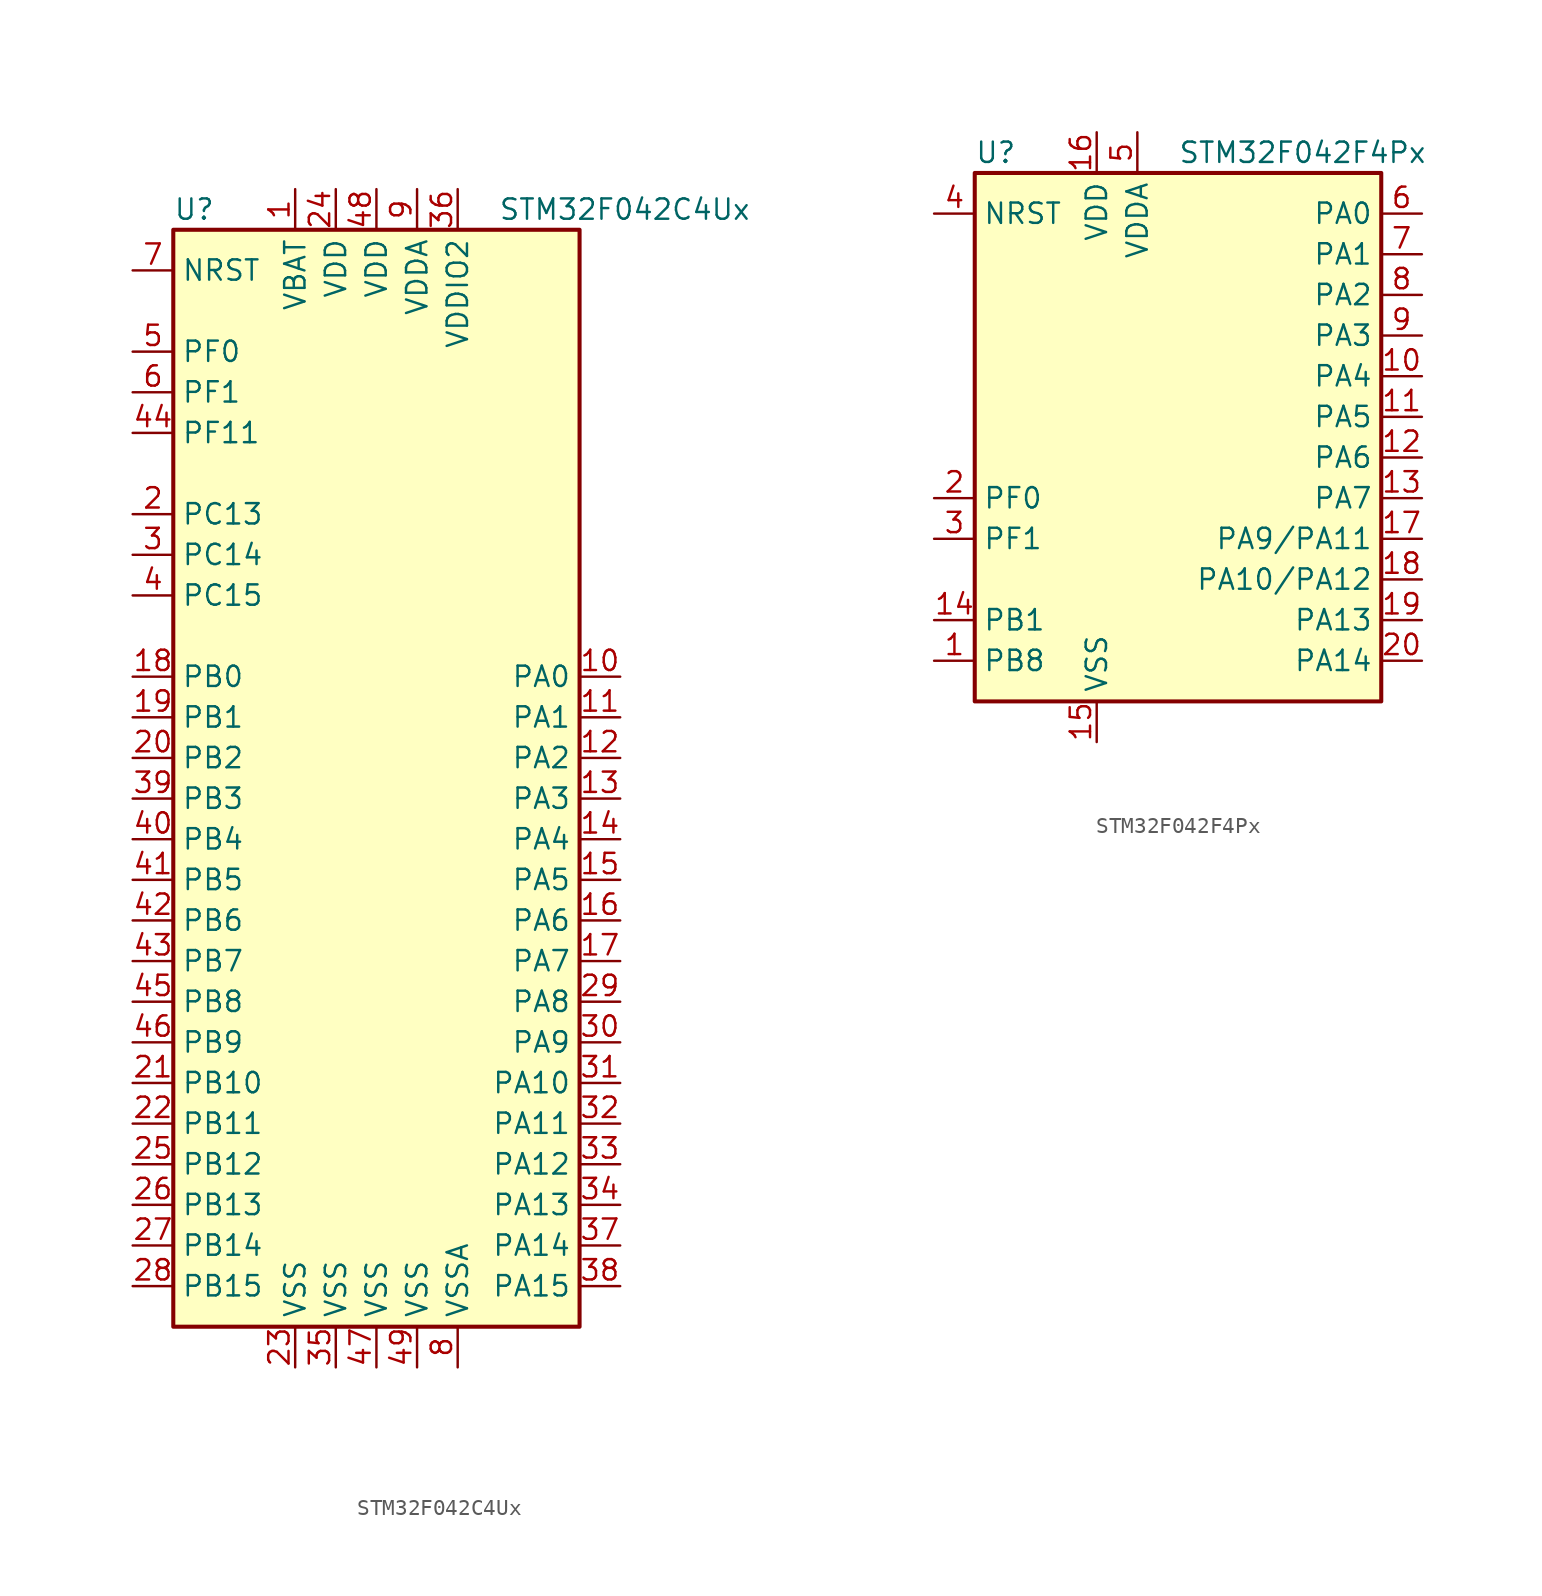
<source format=kicad_sym>
(kicad_symbol_lib
  (version 20201005)
  (generator kicad_symbol_editor)
  (symbol "MCU_ST_STM32F0:STM32F042C4Ux"
    (property "Reference" "U"
      (at -12.7 34.29 0)
      (effects (font (size 1.27 1.27)) (justify left)))
    (property "Value" "STM32F042C4Ux"
      (at 7.62 34.29 0)
      (effects (font (size 1.27 1.27)) (justify left)))
    (symbol "STM32F042C4Ux_0_1"
      (rectangle (start -12.7 -35.56) (end 12.7 33.02) (stroke (width 0.254)) (fill (type background))))
    (symbol "STM32F042C4Ux_1_1"
      (pin power_in line (at -5.08 35.56 270) (length 2.54) (name "VBAT" (effects (font (size 1.27 1.27)))) (number "1" (effects (font (size 1.27 1.27)))))
      (pin bidirectional line (at 15.24 5.08 180) (length 2.54) (name "PA0" (effects (font (size 1.27 1.27)))) (number "10" (effects (font (size 1.27 1.27)))))
      (pin bidirectional line (at 15.24 2.54 180) (length 2.54) (name "PA1" (effects (font (size 1.27 1.27)))) (number "11" (effects (font (size 1.27 1.27)))))
      (pin bidirectional line (at 15.24 0 180) (length 2.54) (name "PA2" (effects (font (size 1.27 1.27)))) (number "12" (effects (font (size 1.27 1.27)))))
      (pin bidirectional line (at 15.24 -2.54 180) (length 2.54) (name "PA3" (effects (font (size 1.27 1.27)))) (number "13" (effects (font (size 1.27 1.27)))))
      (pin bidirectional line (at 15.24 -5.08 180) (length 2.54) (name "PA4" (effects (font (size 1.27 1.27)))) (number "14" (effects (font (size 1.27 1.27)))))
      (pin bidirectional line (at 15.24 -7.62 180) (length 2.54) (name "PA5" (effects (font (size 1.27 1.27)))) (number "15" (effects (font (size 1.27 1.27)))))
      (pin bidirectional line (at 15.24 -10.16 180) (length 2.54) (name "PA6" (effects (font (size 1.27 1.27)))) (number "16" (effects (font (size 1.27 1.27)))))
      (pin bidirectional line (at 15.24 -12.7 180) (length 2.54) (name "PA7" (effects (font (size 1.27 1.27)))) (number "17" (effects (font (size 1.27 1.27)))))
      (pin bidirectional line (at -15.24 5.08 0) (length 2.54) (name "PB0" (effects (font (size 1.27 1.27)))) (number "18" (effects (font (size 1.27 1.27)))))
      (pin bidirectional line (at -15.24 2.54 0) (length 2.54) (name "PB1" (effects (font (size 1.27 1.27)))) (number "19" (effects (font (size 1.27 1.27)))))
      (pin bidirectional line (at -15.24 15.24 0) (length 2.54) (name "PC13" (effects (font (size 1.27 1.27)))) (number "2" (effects (font (size 1.27 1.27)))))
      (pin bidirectional line (at -15.24 0 0) (length 2.54) (name "PB2" (effects (font (size 1.27 1.27)))) (number "20" (effects (font (size 1.27 1.27)))))
      (pin bidirectional line (at -15.24 -20.32 0) (length 2.54) (name "PB10" (effects (font (size 1.27 1.27)))) (number "21" (effects (font (size 1.27 1.27)))))
      (pin bidirectional line (at -15.24 -22.86 0) (length 2.54) (name "PB11" (effects (font (size 1.27 1.27)))) (number "22" (effects (font (size 1.27 1.27)))))
      (pin power_in line (at -5.08 -38.1 90) (length 2.54) (name "VSS" (effects (font (size 1.27 1.27)))) (number "23" (effects (font (size 1.27 1.27)))))
      (pin power_in line (at -2.54 35.56 270) (length 2.54) (name "VDD" (effects (font (size 1.27 1.27)))) (number "24" (effects (font (size 1.27 1.27)))))
      (pin bidirectional line (at -15.24 -25.4 0) (length 2.54) (name "PB12" (effects (font (size 1.27 1.27)))) (number "25" (effects (font (size 1.27 1.27)))))
      (pin bidirectional line (at -15.24 -27.94 0) (length 2.54) (name "PB13" (effects (font (size 1.27 1.27)))) (number "26" (effects (font (size 1.27 1.27)))))
      (pin bidirectional line (at -15.24 -30.48 0) (length 2.54) (name "PB14" (effects (font (size 1.27 1.27)))) (number "27" (effects (font (size 1.27 1.27)))))
      (pin bidirectional line (at -15.24 -33.02 0) (length 2.54) (name "PB15" (effects (font (size 1.27 1.27)))) (number "28" (effects (font (size 1.27 1.27)))))
      (pin bidirectional line (at 15.24 -15.24 180) (length 2.54) (name "PA8" (effects (font (size 1.27 1.27)))) (number "29" (effects (font (size 1.27 1.27)))))
      (pin bidirectional line (at -15.24 12.7 0) (length 2.54) (name "PC14" (effects (font (size 1.27 1.27)))) (number "3" (effects (font (size 1.27 1.27)))))
      (pin bidirectional line (at 15.24 -17.78 180) (length 2.54) (name "PA9" (effects (font (size 1.27 1.27)))) (number "30" (effects (font (size 1.27 1.27)))))
      (pin bidirectional line (at 15.24 -20.32 180) (length 2.54) (name "PA10" (effects (font (size 1.27 1.27)))) (number "31" (effects (font (size 1.27 1.27)))))
      (pin bidirectional line (at 15.24 -22.86 180) (length 2.54) (name "PA11" (effects (font (size 1.27 1.27)))) (number "32" (effects (font (size 1.27 1.27)))))
      (pin bidirectional line (at 15.24 -25.4 180) (length 2.54) (name "PA12" (effects (font (size 1.27 1.27)))) (number "33" (effects (font (size 1.27 1.27)))))
      (pin bidirectional line (at 15.24 -27.94 180) (length 2.54) (name "PA13" (effects (font (size 1.27 1.27)))) (number "34" (effects (font (size 1.27 1.27)))))
      (pin power_in line (at -2.54 -38.1 90) (length 2.54) (name "VSS" (effects (font (size 1.27 1.27)))) (number "35" (effects (font (size 1.27 1.27)))))
      (pin power_in line (at 5.08 35.56 270) (length 2.54) (name "VDDIO2" (effects (font (size 1.27 1.27)))) (number "36" (effects (font (size 1.27 1.27)))))
      (pin bidirectional line (at 15.24 -30.48 180) (length 2.54) (name "PA14" (effects (font (size 1.27 1.27)))) (number "37" (effects (font (size 1.27 1.27)))))
      (pin bidirectional line (at 15.24 -33.02 180) (length 2.54) (name "PA15" (effects (font (size 1.27 1.27)))) (number "38" (effects (font (size 1.27 1.27)))))
      (pin bidirectional line (at -15.24 -2.54 0) (length 2.54) (name "PB3" (effects (font (size 1.27 1.27)))) (number "39" (effects (font (size 1.27 1.27)))))
      (pin bidirectional line (at -15.24 10.16 0) (length 2.54) (name "PC15" (effects (font (size 1.27 1.27)))) (number "4" (effects (font (size 1.27 1.27)))))
      (pin bidirectional line (at -15.24 -5.08 0) (length 2.54) (name "PB4" (effects (font (size 1.27 1.27)))) (number "40" (effects (font (size 1.27 1.27)))))
      (pin bidirectional line (at -15.24 -7.62 0) (length 2.54) (name "PB5" (effects (font (size 1.27 1.27)))) (number "41" (effects (font (size 1.27 1.27)))))
      (pin bidirectional line (at -15.24 -10.16 0) (length 2.54) (name "PB6" (effects (font (size 1.27 1.27)))) (number "42" (effects (font (size 1.27 1.27)))))
      (pin bidirectional line (at -15.24 -12.7 0) (length 2.54) (name "PB7" (effects (font (size 1.27 1.27)))) (number "43" (effects (font (size 1.27 1.27)))))
      (pin bidirectional line (at -15.24 20.32 0) (length 2.54) (name "PF11" (effects (font (size 1.27 1.27)))) (number "44" (effects (font (size 1.27 1.27)))))
      (pin bidirectional line (at -15.24 -15.24 0) (length 2.54) (name "PB8" (effects (font (size 1.27 1.27)))) (number "45" (effects (font (size 1.27 1.27)))))
      (pin bidirectional line (at -15.24 -17.78 0) (length 2.54) (name "PB9" (effects (font (size 1.27 1.27)))) (number "46" (effects (font (size 1.27 1.27)))))
      (pin power_in line (at 0 -38.1 90) (length 2.54) (name "VSS" (effects (font (size 1.27 1.27)))) (number "47" (effects (font (size 1.27 1.27)))))
      (pin power_in line (at 0 35.56 270) (length 2.54) (name "VDD" (effects (font (size 1.27 1.27)))) (number "48" (effects (font (size 1.27 1.27)))))
      (pin power_in line (at 2.54 -38.1 90) (length 2.54) (name "VSS" (effects (font (size 1.27 1.27)))) (number "49" (effects (font (size 1.27 1.27)))))
      (pin input line (at -15.24 25.4 0) (length 2.54) (name "PF0" (effects (font (size 1.27 1.27)))) (number "5" (effects (font (size 1.27 1.27)))))
      (pin input line (at -15.24 22.86 0) (length 2.54) (name "PF1" (effects (font (size 1.27 1.27)))) (number "6" (effects (font (size 1.27 1.27)))))
      (pin input line (at -15.24 30.48 0) (length 2.54) (name "NRST" (effects (font (size 1.27 1.27)))) (number "7" (effects (font (size 1.27 1.27)))))
      (pin power_in line (at 5.08 -38.1 90) (length 2.54) (name "VSSA" (effects (font (size 1.27 1.27)))) (number "8" (effects (font (size 1.27 1.27)))))
      (pin power_in line (at 2.54 35.56 270) (length 2.54) (name "VDDA" (effects (font (size 1.27 1.27)))) (number "9" (effects (font (size 1.27 1.27)))))))
  (symbol "MCU_ST_STM32F0:STM32F042F4Px"
    (property "Reference" "U"
      (at -12.7 16.51 0)
      (effects (font (size 1.27 1.27)) (justify left)))
    (property "Value" "STM32F042F4Px"
      (at 0 16.51 0)
      (effects (font (size 1.27 1.27)) (justify left)))
    (symbol "STM32F042F4Px_0_1"
      (rectangle (start -12.7 -17.78) (end 12.7 15.24) (stroke (width 0.254)) (fill (type background))))
    (symbol "STM32F042F4Px_1_1"
      (pin bidirectional line (at -15.24 -15.24 0) (length 2.54) (name "PB8" (effects (font (size 1.27 1.27)))) (number "1" (effects (font (size 1.27 1.27)))))
      (pin bidirectional line (at 15.24 2.54 180) (length 2.54) (name "PA4" (effects (font (size 1.27 1.27)))) (number "10" (effects (font (size 1.27 1.27)))))
      (pin bidirectional line (at 15.24 0 180) (length 2.54) (name "PA5" (effects (font (size 1.27 1.27)))) (number "11" (effects (font (size 1.27 1.27)))))
      (pin bidirectional line (at 15.24 -2.54 180) (length 2.54) (name "PA6" (effects (font (size 1.27 1.27)))) (number "12" (effects (font (size 1.27 1.27)))))
      (pin bidirectional line (at 15.24 -5.08 180) (length 2.54) (name "PA7" (effects (font (size 1.27 1.27)))) (number "13" (effects (font (size 1.27 1.27)))))
      (pin bidirectional line (at -15.24 -12.7 0) (length 2.54) (name "PB1" (effects (font (size 1.27 1.27)))) (number "14" (effects (font (size 1.27 1.27)))))
      (pin power_in line (at -5.08 -20.32 90) (length 2.54) (name "VSS" (effects (font (size 1.27 1.27)))) (number "15" (effects (font (size 1.27 1.27)))))
      (pin power_in line (at -5.08 17.78 270) (length 2.54) (name "VDD" (effects (font (size 1.27 1.27)))) (number "16" (effects (font (size 1.27 1.27)))))
      (pin bidirectional line (at 15.24 -7.62 180) (length 2.54) (name "PA9/PA11" (effects (font (size 1.27 1.27)))) (number "17" (effects (font (size 1.27 1.27)))))
      (pin bidirectional line (at 15.24 -10.16 180) (length 2.54) (name "PA10/PA12" (effects (font (size 1.27 1.27)))) (number "18" (effects (font (size 1.27 1.27)))))
      (pin bidirectional line (at 15.24 -12.7 180) (length 2.54) (name "PA13" (effects (font (size 1.27 1.27)))) (number "19" (effects (font (size 1.27 1.27)))))
      (pin input line (at -15.24 -5.08 0) (length 2.54) (name "PF0" (effects (font (size 1.27 1.27)))) (number "2" (effects (font (size 1.27 1.27)))))
      (pin bidirectional line (at 15.24 -15.24 180) (length 2.54) (name "PA14" (effects (font (size 1.27 1.27)))) (number "20" (effects (font (size 1.27 1.27)))))
      (pin input line (at -15.24 -7.62 0) (length 2.54) (name "PF1" (effects (font (size 1.27 1.27)))) (number "3" (effects (font (size 1.27 1.27)))))
      (pin input line (at -15.24 12.7 0) (length 2.54) (name "NRST" (effects (font (size 1.27 1.27)))) (number "4" (effects (font (size 1.27 1.27)))))
      (pin power_in line (at -2.54 17.78 270) (length 2.54) (name "VDDA" (effects (font (size 1.27 1.27)))) (number "5" (effects (font (size 1.27 1.27)))))
      (pin bidirectional line (at 15.24 12.7 180) (length 2.54) (name "PA0" (effects (font (size 1.27 1.27)))) (number "6" (effects (font (size 1.27 1.27)))))
      (pin bidirectional line (at 15.24 10.16 180) (length 2.54) (name "PA1" (effects (font (size 1.27 1.27)))) (number "7" (effects (font (size 1.27 1.27)))))
      (pin bidirectional line (at 15.24 7.62 180) (length 2.54) (name "PA2" (effects (font (size 1.27 1.27)))) (number "8" (effects (font (size 1.27 1.27)))))
      (pin bidirectional line (at 15.24 5.08 180) (length 2.54) (name "PA3" (effects (font (size 1.27 1.27)))) (number "9" (effects (font (size 1.27 1.27))))))))
</source>
